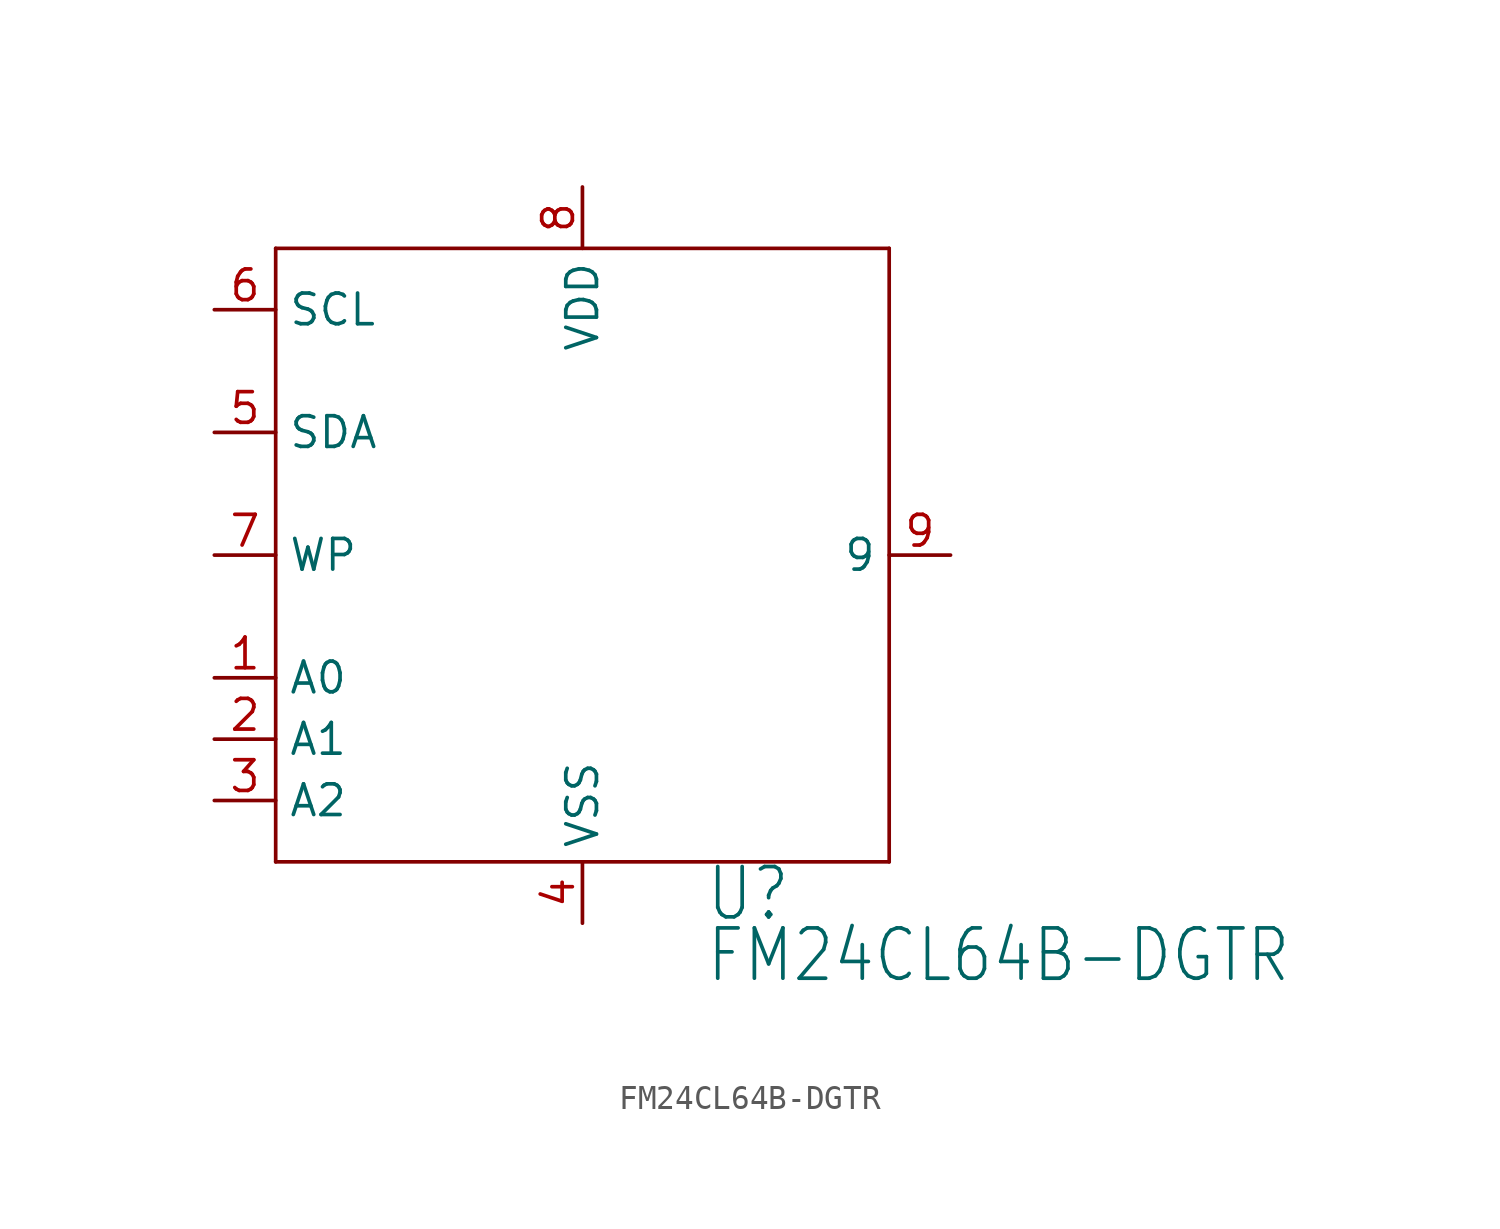
<source format=kicad_sym>
(kicad_symbol_lib
  (version 20211014)
  (generator kicad_symbol_editor)
  (symbol "FM24CL64B-DGTR"
    (property "Reference" "U"
      (at 5.08 -15.24 0)
      (effects (font (size 2.083 1.77)) (justify left bottom)))
    (property "Value" "FM24CL64B-DGTR"
      (at 5.08 -17.78 0)
      (effects (font (size 2.083 1.77)) (justify left bottom)))
    (property "ki_locked" ""
      (at 0 0 0)
      (effects (font (size 1.27 1.27))))
    (symbol "FM24CL64B-DGTR_1_0"
      (polyline (pts (xy -12.7 -12.7) (xy 12.7 -12.7)) (stroke (width 0.152) (type default) (color 0 0 0 0)) (fill (type none)))
      (polyline (pts (xy -12.7 12.7) (xy -12.7 -12.7)) (stroke (width 0.152) (type default) (color 0 0 0 0)) (fill (type none)))
      (polyline (pts (xy 12.7 -12.7) (xy 12.7 12.7)) (stroke (width 0.152) (type default) (color 0 0 0 0)) (fill (type none)))
      (polyline (pts (xy 12.7 12.7) (xy -12.7 12.7)) (stroke (width 0.152) (type default) (color 0 0 0 0)) (fill (type none)))
      (pin input line (at -15.24 -5.08 0) (length 2.54) (name "A0" (effects (font (size 1.27 1.27)))) (number "1" (effects (font (size 1.27 1.27)))))
      (pin input line (at -15.24 -7.62 0) (length 2.54) (name "A1" (effects (font (size 1.27 1.27)))) (number "2" (effects (font (size 1.27 1.27)))))
      (pin input line (at -15.24 -10.16 0) (length 2.54) (name "A2" (effects (font (size 1.27 1.27)))) (number "3" (effects (font (size 1.27 1.27)))))
      (pin power_in line (at 0 -15.24 90) (length 2.54) (name "VSS" (effects (font (size 1.27 1.27)))) (number "4" (effects (font (size 1.27 1.27)))))
      (pin bidirectional line (at -15.24 5.08 0) (length 2.54) (name "SDA" (effects (font (size 1.27 1.27)))) (number "5" (effects (font (size 1.27 1.27)))))
      (pin input line (at -15.24 10.16 0) (length 2.54) (name "SCL" (effects (font (size 1.27 1.27)))) (number "6" (effects (font (size 1.27 1.27)))))
      (pin input line (at -15.24 0 0) (length 2.54) (name "WP" (effects (font (size 1.27 1.27)))) (number "7" (effects (font (size 1.27 1.27)))))
      (pin power_in line (at 0 15.24 270) (length 2.54) (name "VDD" (effects (font (size 1.27 1.27)))) (number "8" (effects (font (size 1.27 1.27)))))
      (pin passive line (at 15.24 0 180) (length 2.54) (name "9" (effects (font (size 1.27 1.27)))) (number "9" (effects (font (size 1.27 1.27))))))))
</source>
